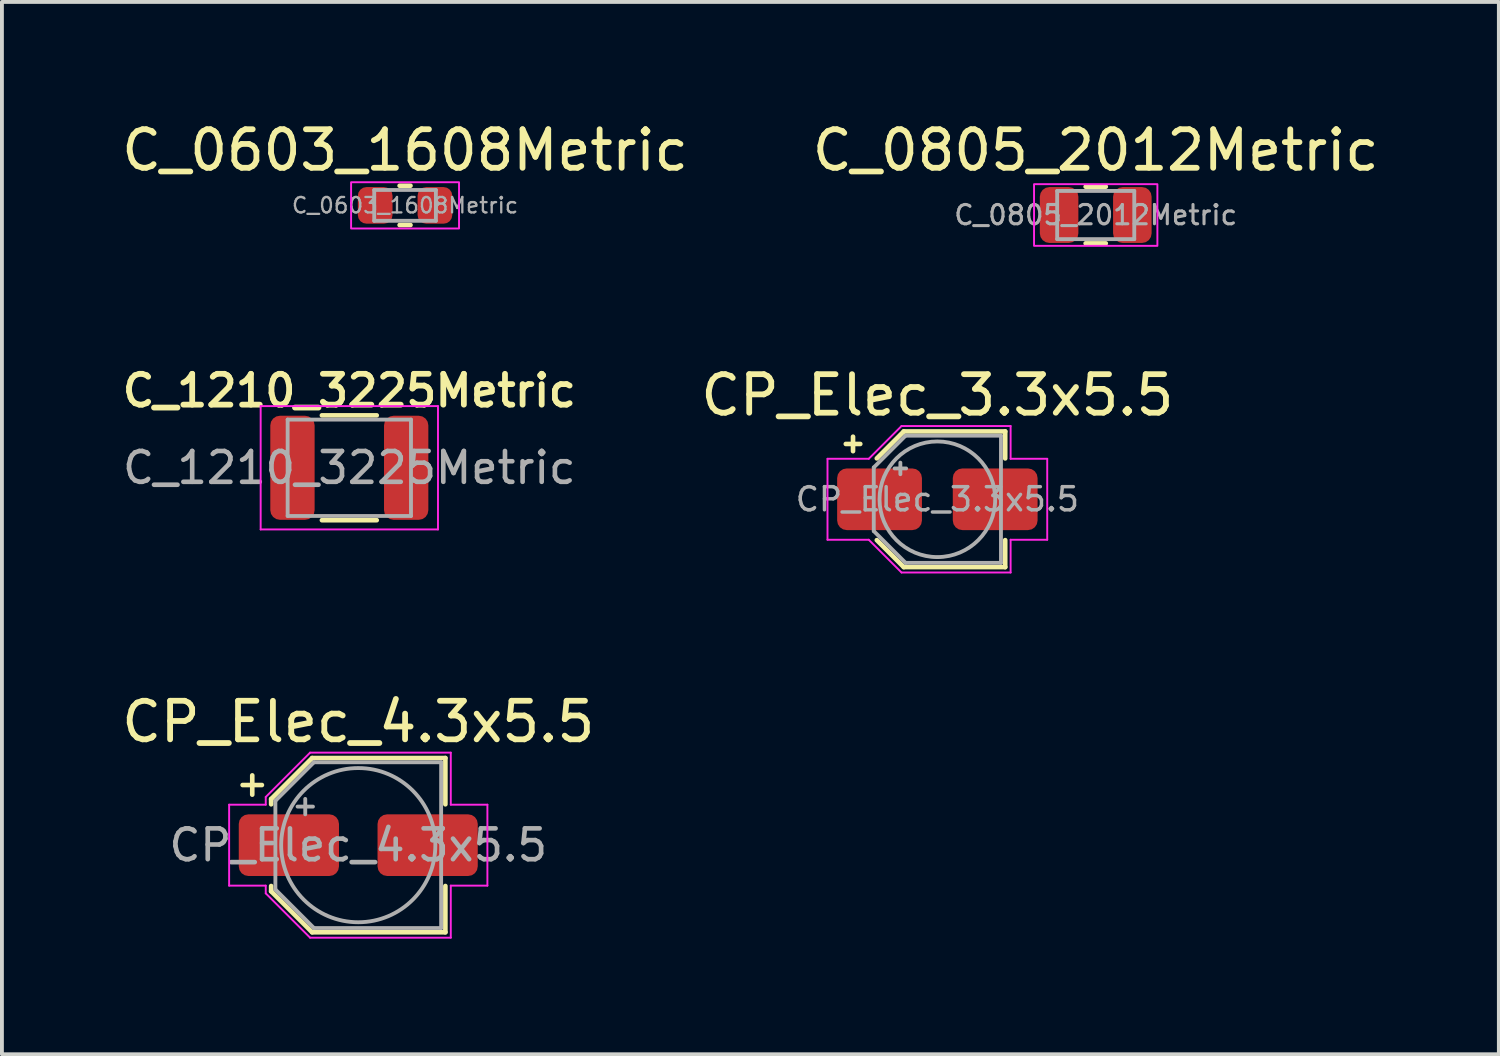
<source format=kicad_pcb>
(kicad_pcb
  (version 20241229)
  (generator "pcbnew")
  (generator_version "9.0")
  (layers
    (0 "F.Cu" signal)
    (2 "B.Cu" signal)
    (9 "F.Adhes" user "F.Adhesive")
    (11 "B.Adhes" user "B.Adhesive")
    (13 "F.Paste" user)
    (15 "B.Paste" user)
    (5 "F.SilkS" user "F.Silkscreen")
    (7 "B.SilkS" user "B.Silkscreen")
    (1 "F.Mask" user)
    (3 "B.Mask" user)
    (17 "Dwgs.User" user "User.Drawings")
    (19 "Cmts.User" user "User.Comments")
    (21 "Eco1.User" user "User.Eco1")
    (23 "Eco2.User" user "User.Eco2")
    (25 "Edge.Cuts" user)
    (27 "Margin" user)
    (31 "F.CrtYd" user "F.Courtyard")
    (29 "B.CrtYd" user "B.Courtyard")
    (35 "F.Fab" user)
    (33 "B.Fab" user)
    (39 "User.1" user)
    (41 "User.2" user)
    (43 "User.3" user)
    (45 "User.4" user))
  (footprint "C_1210_3225Metric"
    (layer "F.Cu")
    (at 6.012 9.085)
    (property "Reference" "C_1210_3225Metric" (at 0 -2 0) (layer "F.SilkS") (effects (font (size 0.8 0.8) (thickness 0.15))))
    (attr smd)
    (fp_line (start -0.711 -1.36) (end 0.711 -1.36) (stroke (width 0.12) (type solid)) (layer "F.SilkS"))
    (fp_line (start -0.711 1.36) (end 0.711 1.36) (stroke (width 0.12) (type solid)) (layer "F.SilkS"))
    (fp_line (start -2.3 -1.6) (end 2.3 -1.6) (stroke (width 0.05) (type solid)) (layer "F.CrtYd"))
    (fp_line (start -2.3 1.6) (end -2.3 -1.6) (stroke (width 0.05) (type solid)) (layer "F.CrtYd"))
    (fp_line (start 2.3 -1.6) (end 2.3 1.6) (stroke (width 0.05) (type solid)) (layer "F.CrtYd"))
    (fp_line (start 2.3 1.6) (end -2.3 1.6) (stroke (width 0.05) (type solid)) (layer "F.CrtYd"))
    (fp_line (start -1.6 -1.25) (end 1.6 -1.25) (stroke (width 0.1) (type solid)) (layer "F.Fab"))
    (fp_line (start -1.6 1.25) (end -1.6 -1.25) (stroke (width 0.1) (type solid)) (layer "F.Fab"))
    (fp_line (start 1.6 -1.25) (end 1.6 1.25) (stroke (width 0.1) (type solid)) (layer "F.Fab"))
    (fp_line (start 1.6 1.25) (end -1.6 1.25) (stroke (width 0.1) (type solid)) (layer "F.Fab"))
    (fp_text user "${REFERENCE}" (at 0 0 0) (layer "F.Fab") (effects (font (size 0.8 0.8) (thickness 0.12))))
    (pad "1" smd roundrect (at -1.475 0) (size 1.15 2.7) (layers "F.Cu" "F.Mask" "F.Paste") (roundrect_rratio 0.217))
    (pad "2" smd roundrect (at 1.475 0) (size 1.15 2.7) (layers "F.Cu" "F.Mask" "F.Paste") (roundrect_rratio 0.217)))
  (footprint "CP_Elec_4.3x5.5"
    (layer "F.Cu")
    (at 6.244 18.875)
    (property "Reference" "CP_Elec_4.3x5.5" (at 0 -3.2 0) (layer "F.SilkS") (effects (font (size 1 1) (thickness 0.15))))
    (attr smd)
    (fp_line (start -3 -1.56) (end -2.5 -1.56) (stroke (width 0.12) (type solid)) (layer "F.SilkS"))
    (fp_line (start -2.75 -1.81) (end -2.75 -1.31) (stroke (width 0.12) (type solid)) (layer "F.SilkS"))
    (fp_line (start -2.26 -1.196) (end -2.26 -1.06) (stroke (width 0.12) (type solid)) (layer "F.SilkS"))
    (fp_line (start -2.26 -1.196) (end -1.196 -2.26) (stroke (width 0.12) (type solid)) (layer "F.SilkS"))
    (fp_line (start -2.26 1.196) (end -2.26 1.06) (stroke (width 0.12) (type solid)) (layer "F.SilkS"))
    (fp_line (start -2.26 1.196) (end -1.196 2.26) (stroke (width 0.12) (type solid)) (layer "F.SilkS"))
    (fp_line (start -1.196 -2.26) (end 2.26 -2.26) (stroke (width 0.12) (type solid)) (layer "F.SilkS"))
    (fp_line (start -1.196 2.26) (end 2.26 2.26) (stroke (width 0.12) (type solid)) (layer "F.SilkS"))
    (fp_line (start 2.26 -2.26) (end 2.26 -1.06) (stroke (width 0.12) (type solid)) (layer "F.SilkS"))
    (fp_line (start 2.26 2.26) (end 2.26 1.06) (stroke (width 0.12) (type solid)) (layer "F.SilkS"))
    (fp_line (start -3.35 -1.05) (end -3.35 1.05) (stroke (width 0.05) (type solid)) (layer "F.CrtYd"))
    (fp_line (start -3.35 1.05) (end -2.4 1.05) (stroke (width 0.05) (type solid)) (layer "F.CrtYd"))
    (fp_line (start -2.4 -1.25) (end -2.4 -1.05) (stroke (width 0.05) (type solid)) (layer "F.CrtYd"))
    (fp_line (start -2.4 -1.25) (end -1.25 -2.4) (stroke (width 0.05) (type solid)) (layer "F.CrtYd"))
    (fp_line (start -2.4 -1.05) (end -3.35 -1.05) (stroke (width 0.05) (type solid)) (layer "F.CrtYd"))
    (fp_line (start -2.4 1.05) (end -2.4 1.25) (stroke (width 0.05) (type solid)) (layer "F.CrtYd"))
    (fp_line (start -2.4 1.25) (end -1.25 2.4) (stroke (width 0.05) (type solid)) (layer "F.CrtYd"))
    (fp_line (start -1.25 -2.4) (end 2.4 -2.4) (stroke (width 0.05) (type solid)) (layer "F.CrtYd"))
    (fp_line (start -1.25 2.4) (end 2.4 2.4) (stroke (width 0.05) (type solid)) (layer "F.CrtYd"))
    (fp_line (start 2.4 -2.4) (end 2.4 -1.05) (stroke (width 0.05) (type solid)) (layer "F.CrtYd"))
    (fp_line (start 2.4 -1.05) (end 3.35 -1.05) (stroke (width 0.05) (type solid)) (layer "F.CrtYd"))
    (fp_line (start 2.4 1.05) (end 2.4 2.4) (stroke (width 0.05) (type solid)) (layer "F.CrtYd"))
    (fp_line (start 3.35 -1.05) (end 3.35 1.05) (stroke (width 0.05) (type solid)) (layer "F.CrtYd"))
    (fp_line (start 3.35 1.05) (end 2.4 1.05) (stroke (width 0.05) (type solid)) (layer "F.CrtYd"))
    (fp_line (start -2.15 -1.15) (end -2.15 1.15) (stroke (width 0.1) (type solid)) (layer "F.Fab"))
    (fp_line (start -2.15 -1.15) (end -1.15 -2.15) (stroke (width 0.1) (type solid)) (layer "F.Fab"))
    (fp_line (start -2.15 1.15) (end -1.15 2.15) (stroke (width 0.1) (type solid)) (layer "F.Fab"))
    (fp_line (start -1.575 -1) (end -1.175 -1) (stroke (width 0.1) (type solid)) (layer "F.Fab"))
    (fp_line (start -1.375 -1.2) (end -1.375 -0.8) (stroke (width 0.1) (type solid)) (layer "F.Fab"))
    (fp_line (start -1.15 -2.15) (end 2.15 -2.15) (stroke (width 0.1) (type solid)) (layer "F.Fab"))
    (fp_line (start -1.15 2.15) (end 2.15 2.15) (stroke (width 0.1) (type solid)) (layer "F.Fab"))
    (fp_line (start 2.15 -2.15) (end 2.15 2.15) (stroke (width 0.1) (type solid)) (layer "F.Fab"))
    (fp_circle (center 0 0) (end 2 0) (stroke (width 0.1) (type solid)) (fill no) (layer "F.Fab"))
    (fp_text user "${REFERENCE}" (at 0 0 0) (layer "F.Fab") (effects (font (size 0.8 0.8) (thickness 0.12))))
    (pad "1" smd roundrect (at -1.8 0) (size 2.6 1.6) (layers "F.Cu" "F.Mask" "F.Paste") (roundrect_rratio 0.156))
    (pad "2" smd roundrect (at 1.8 0) (size 2.6 1.6) (layers "F.Cu" "F.Mask" "F.Paste") (roundrect_rratio 0.156)))
  (footprint "CP_Elec_3.3x5.5"
    (layer "F.Cu")
    (at 21.267 9.902)
    (property "Reference" "CP_Elec_3.3x5.5" (at 0 -2.7 0) (layer "F.SilkS") (effects (font (size 1 1) (thickness 0.15))))
    (attr smd)
    (fp_line (start -2.375 -1.435) (end -2 -1.435) (stroke (width 0.12) (type solid)) (layer "F.SilkS"))
    (fp_line (start -2.188 -1.623) (end -2.188 -1.248) (stroke (width 0.12) (type solid)) (layer "F.SilkS"))
    (fp_line (start -1.571 -1.06) (end -0.871 -1.76) (stroke (width 0.12) (type solid)) (layer "F.SilkS"))
    (fp_line (start -1.571 1.06) (end -0.871 1.76) (stroke (width 0.12) (type solid)) (layer "F.SilkS"))
    (fp_line (start -0.871 -1.76) (end 1.76 -1.76) (stroke (width 0.12) (type solid)) (layer "F.SilkS"))
    (fp_line (start -0.871 1.76) (end 1.76 1.76) (stroke (width 0.12) (type solid)) (layer "F.SilkS"))
    (fp_line (start 1.76 -1.76) (end 1.76 -1.06) (stroke (width 0.12) (type solid)) (layer "F.SilkS"))
    (fp_line (start 1.76 1.76) (end 1.76 1.06) (stroke (width 0.12) (type solid)) (layer "F.SilkS"))
    (fp_line (start -2.85 -1.05) (end -2.85 1.05) (stroke (width 0.05) (type solid)) (layer "F.CrtYd"))
    (fp_line (start -2.85 1.05) (end -1.78 1.05) (stroke (width 0.05) (type solid)) (layer "F.CrtYd"))
    (fp_line (start -1.78 -1.05) (end -2.85 -1.05) (stroke (width 0.05) (type solid)) (layer "F.CrtYd"))
    (fp_line (start -1.78 -1.05) (end -0.93 -1.9) (stroke (width 0.05) (type solid)) (layer "F.CrtYd"))
    (fp_line (start -1.78 1.05) (end -0.93 1.9) (stroke (width 0.05) (type solid)) (layer "F.CrtYd"))
    (fp_line (start -0.93 -1.9) (end 1.9 -1.9) (stroke (width 0.05) (type solid)) (layer "F.CrtYd"))
    (fp_line (start -0.93 1.9) (end 1.9 1.9) (stroke (width 0.05) (type solid)) (layer "F.CrtYd"))
    (fp_line (start 1.9 -1.9) (end 1.9 -1.05) (stroke (width 0.05) (type solid)) (layer "F.CrtYd"))
    (fp_line (start 1.9 -1.05) (end 2.85 -1.05) (stroke (width 0.05) (type solid)) (layer "F.CrtYd"))
    (fp_line (start 1.9 1.05) (end 1.9 1.9) (stroke (width 0.05) (type solid)) (layer "F.CrtYd"))
    (fp_line (start 2.85 -1.05) (end 2.85 1.05) (stroke (width 0.05) (type solid)) (layer "F.CrtYd"))
    (fp_line (start 2.85 1.05) (end 1.9 1.05) (stroke (width 0.05) (type solid)) (layer "F.CrtYd"))
    (fp_line (start -1.65 -0.825) (end -1.65 0.825) (stroke (width 0.1) (type solid)) (layer "F.Fab"))
    (fp_line (start -1.65 -0.825) (end -0.825 -1.65) (stroke (width 0.1) (type solid)) (layer "F.Fab"))
    (fp_line (start -1.65 0.825) (end -0.825 1.65) (stroke (width 0.1) (type solid)) (layer "F.Fab"))
    (fp_line (start -1.11 -0.8) (end -0.81 -0.8) (stroke (width 0.1) (type solid)) (layer "F.Fab"))
    (fp_line (start -0.96 -0.95) (end -0.96 -0.65) (stroke (width 0.1) (type solid)) (layer "F.Fab"))
    (fp_line (start -0.825 -1.65) (end 1.65 -1.65) (stroke (width 0.1) (type solid)) (layer "F.Fab"))
    (fp_line (start -0.825 1.65) (end 1.65 1.65) (stroke (width 0.1) (type solid)) (layer "F.Fab"))
    (fp_line (start 1.65 -1.65) (end 1.65 1.65) (stroke (width 0.1) (type solid)) (layer "F.Fab"))
    (fp_circle (center 0 0) (end 1.5 0) (stroke (width 0.1) (type solid)) (fill no) (layer "F.Fab"))
    (fp_text user "${REFERENCE}" (at 0 0 0) (layer "F.Fab") (effects (font (size 0.6 0.6) (thickness 0.09))))
    (pad "1" smd roundrect (at -1.5 0) (size 2.2 1.6) (layers "F.Cu" "F.Mask" "F.Paste") (roundrect_rratio 0.156))
    (pad "2" smd roundrect (at 1.5 0) (size 2.2 1.6) (layers "F.Cu" "F.Mask" "F.Paste") (roundrect_rratio 0.156)))
  (footprint "C_0603_1608Metric"
    (layer "F.Cu")
    (at 7.458 2.278)
    (property "Reference" "C_0603_1608Metric" (at 0 -1.43 0) (layer "F.SilkS") (effects (font (size 1 1) (thickness 0.15))))
    (attr smd)
    (fp_line (start -0.141 -0.51) (end 0.141 -0.51) (stroke (width 0.12) (type solid)) (layer "F.SilkS"))
    (fp_line (start -0.141 0.51) (end 0.141 0.51) (stroke (width 0.12) (type solid)) (layer "F.SilkS"))
    (fp_rect (start -1.4 -0.6) (end 1.4 0.6) (stroke (width 0.05) (type default)) (fill no) (layer "F.CrtYd"))
    (fp_line (start -0.8 -0.4) (end 0.8 -0.4) (stroke (width 0.1) (type solid)) (layer "F.Fab"))
    (fp_line (start -0.8 0.4) (end -0.8 -0.4) (stroke (width 0.1) (type solid)) (layer "F.Fab"))
    (fp_line (start 0.8 -0.4) (end 0.8 0.4) (stroke (width 0.1) (type solid)) (layer "F.Fab"))
    (fp_line (start 0.8 0.4) (end -0.8 0.4) (stroke (width 0.1) (type solid)) (layer "F.Fab"))
    (fp_text user "${REFERENCE}" (at 0 0 0) (layer "F.Fab") (effects (font (size 0.4 0.4) (thickness 0.06))))
    (pad "1" smd roundrect (at -0.775 0) (size 0.9 0.95) (layers "F.Cu" "F.Mask" "F.Paste") (roundrect_rratio 0.25))
    (pad "2" smd roundrect (at 0.775 0) (size 0.9 0.95) (layers "F.Cu" "F.Mask" "F.Paste") (roundrect_rratio 0.25)))
  (footprint "C_0805_2012Metric"
    (layer "F.Cu")
    (at 25.375 2.528)
    (property "Reference" "C_0805_2012Metric" (at 0 -1.68 0) (layer "F.SilkS") (effects (font (size 1 1) (thickness 0.15))))
    (attr smd)
    (fp_line (start -0.261 -0.735) (end 0.261 -0.735) (stroke (width 0.12) (type solid)) (layer "F.SilkS"))
    (fp_line (start -0.261 0.735) (end 0.261 0.735) (stroke (width 0.12) (type solid)) (layer "F.SilkS"))
    (fp_rect (start -1.6 -0.8) (end 1.6 0.8) (stroke (width 0.05) (type default)) (fill no) (layer "F.CrtYd"))
    (fp_line (start -1 -0.625) (end 1 -0.625) (stroke (width 0.1) (type solid)) (layer "F.Fab"))
    (fp_line (start -1 0.625) (end -1 -0.625) (stroke (width 0.1) (type solid)) (layer "F.Fab"))
    (fp_line (start 1 -0.625) (end 1 0.625) (stroke (width 0.1) (type solid)) (layer "F.Fab"))
    (fp_line (start 1 0.625) (end -1 0.625) (stroke (width 0.1) (type solid)) (layer "F.Fab"))
    (fp_text user "${REFERENCE}" (at 0 0 0) (layer "F.Fab") (effects (font (size 0.5 0.5) (thickness 0.08))))
    (pad "1" smd roundrect (at -0.95 0) (size 1 1.45) (layers "F.Cu" "F.Mask" "F.Paste") (roundrect_rratio 0.25))
    (pad "2" smd roundrect (at 0.95 0) (size 1 1.45) (layers "F.Cu" "F.Mask" "F.Paste") (roundrect_rratio 0.25)))
  (gr_rect
    (start -3 -3)
    (end 35.833 24.3)
    (stroke (width 0.1) (type default))
    (fill no)
    (layer "Edge.Cuts")))
</source>
